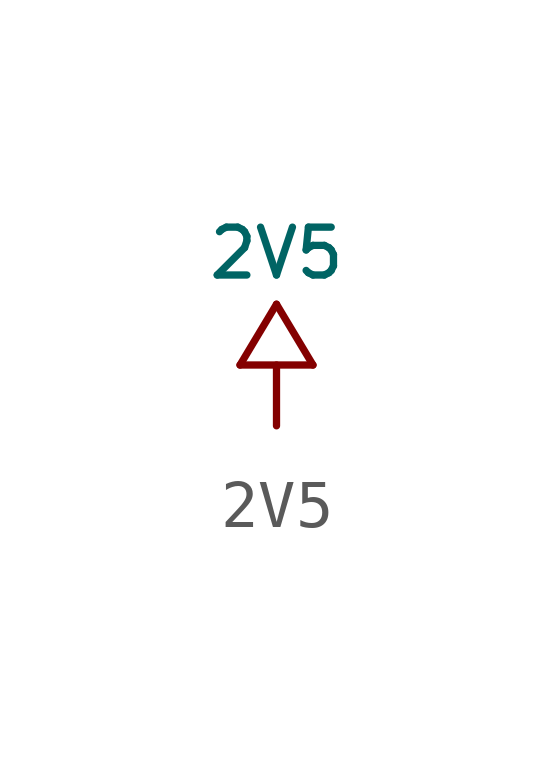
<source format=kicad_sym>
(kicad_symbol_lib
  (version 20241209)
  (generator "kicad_symbol_editor")
  (generator_version "9.0")
  (symbol "2V5"
    (power)
    (pin_names
      (offset 0))
    (property "Reference" "#PWR?"
      (at 0 -3.81 0)
      (effects (font (size 1.27 1.27)) (hide yes)))
    (property "Value" "2V5"
      (at 0 3.605 0)
      (effects (font (size 1 1))))
    (symbol "2V5_0_1"
      (polyline (pts (xy -0.762 1.27) (xy 0 2.54)) (stroke (width 0) (type default)) (fill (type none)))
      (polyline (pts (xy -0.762 1.27) (xy 0.762 1.27)) (stroke (width 0) (type default)) (fill (type none)))
      (polyline (pts (xy 0 2.54) (xy 0.762 1.27)) (stroke (width 0) (type default)) (fill (type none)))
      (polyline (pts (xy 0 0) (xy 0 1.27)) (stroke (width 0) (type default)) (fill (type none))))
    (symbol "2V5_1_1"
      (pin power_in line (at 0 0 90) (length 0) (hide yes) (name "2V5" (effects (font (size 1.27 1.27)))) (number "1" (effects (font (size 1.27 1.27))))))))
</source>
